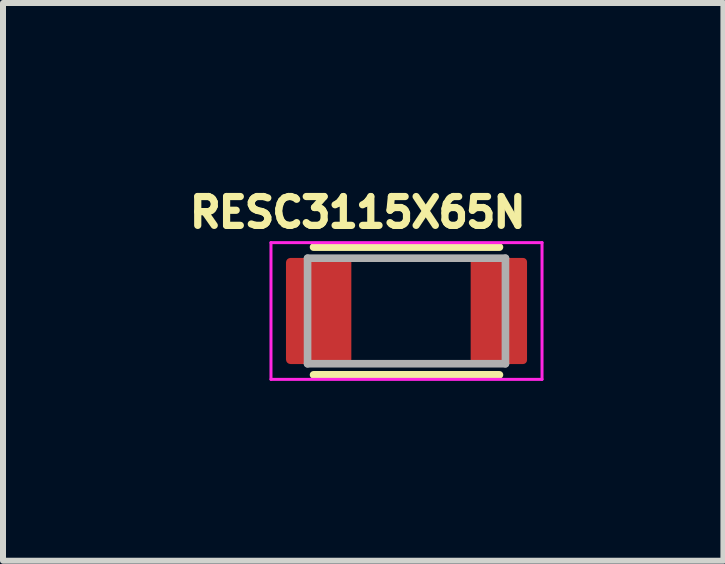
<source format=kicad_pcb>
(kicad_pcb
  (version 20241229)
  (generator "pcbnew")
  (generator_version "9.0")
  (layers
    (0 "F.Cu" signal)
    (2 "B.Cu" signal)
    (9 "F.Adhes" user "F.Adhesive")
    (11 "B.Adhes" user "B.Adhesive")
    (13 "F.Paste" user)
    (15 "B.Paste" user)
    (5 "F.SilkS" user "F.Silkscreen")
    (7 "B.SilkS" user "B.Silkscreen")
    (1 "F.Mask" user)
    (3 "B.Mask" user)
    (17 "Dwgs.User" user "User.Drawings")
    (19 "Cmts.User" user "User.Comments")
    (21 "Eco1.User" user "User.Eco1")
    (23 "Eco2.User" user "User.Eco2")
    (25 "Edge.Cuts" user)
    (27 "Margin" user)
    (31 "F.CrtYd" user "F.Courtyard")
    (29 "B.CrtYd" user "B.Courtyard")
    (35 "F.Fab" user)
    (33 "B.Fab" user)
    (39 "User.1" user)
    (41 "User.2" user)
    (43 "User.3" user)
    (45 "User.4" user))
  (footprint "RESC3115X65N"
    (layer "F.Cu")
    (at 3.729 2.136)
    (property "Reference" "RESC3115X65N" (at -0.813 -1.644 0) (layer "F.SilkS") (effects (font (size 0.481 0.481) (thickness 0.15))))
    (attr smd)
    (fp_line (start -1.55 -1.065) (end 1.55 -1.065) (stroke (width 0.127) (type solid)) (layer "F.SilkS"))
    (fp_line (start -1.55 1.065) (end 1.55 1.065) (stroke (width 0.127) (type solid)) (layer "F.SilkS"))
    (fp_line (start -2.26 -1.14) (end 2.26 -1.14) (stroke (width 0.05) (type solid)) (layer "F.CrtYd"))
    (fp_line (start -2.26 1.14) (end -2.26 -1.14) (stroke (width 0.05) (type solid)) (layer "F.CrtYd"))
    (fp_line (start 2.26 -1.14) (end 2.26 1.14) (stroke (width 0.05) (type solid)) (layer "F.CrtYd"))
    (fp_line (start 2.26 1.14) (end -2.26 1.14) (stroke (width 0.05) (type solid)) (layer "F.CrtYd"))
    (fp_line (start -1.65 -0.88) (end -1.65 0.88) (stroke (width 0.127) (type solid)) (layer "F.Fab"))
    (fp_line (start -1.65 -0.88) (end 1.65 -0.88) (stroke (width 0.127) (type solid)) (layer "F.Fab"))
    (fp_line (start -1.65 0.88) (end 1.65 0.88) (stroke (width 0.127) (type solid)) (layer "F.Fab"))
    (fp_line (start 1.65 -0.88) (end 1.65 0.88) (stroke (width 0.127) (type solid)) (layer "F.Fab"))
    (pad "1" smd roundrect (at -1.465 0) (size 1.09 1.77) (layers "F.Cu" "F.Mask" "F.Paste") (roundrect_rratio 0.07))
    (pad "2" smd roundrect (at 1.54 0) (size 0.94 1.77) (layers "F.Cu" "F.Mask" "F.Paste") (roundrect_rratio 0.07)))
  (gr_rect
    (start -3 -3)
    (end 9.014 6.301)
    (stroke (width 0.1) (type default))
    (fill no)
    (layer "Edge.Cuts")))
</source>
